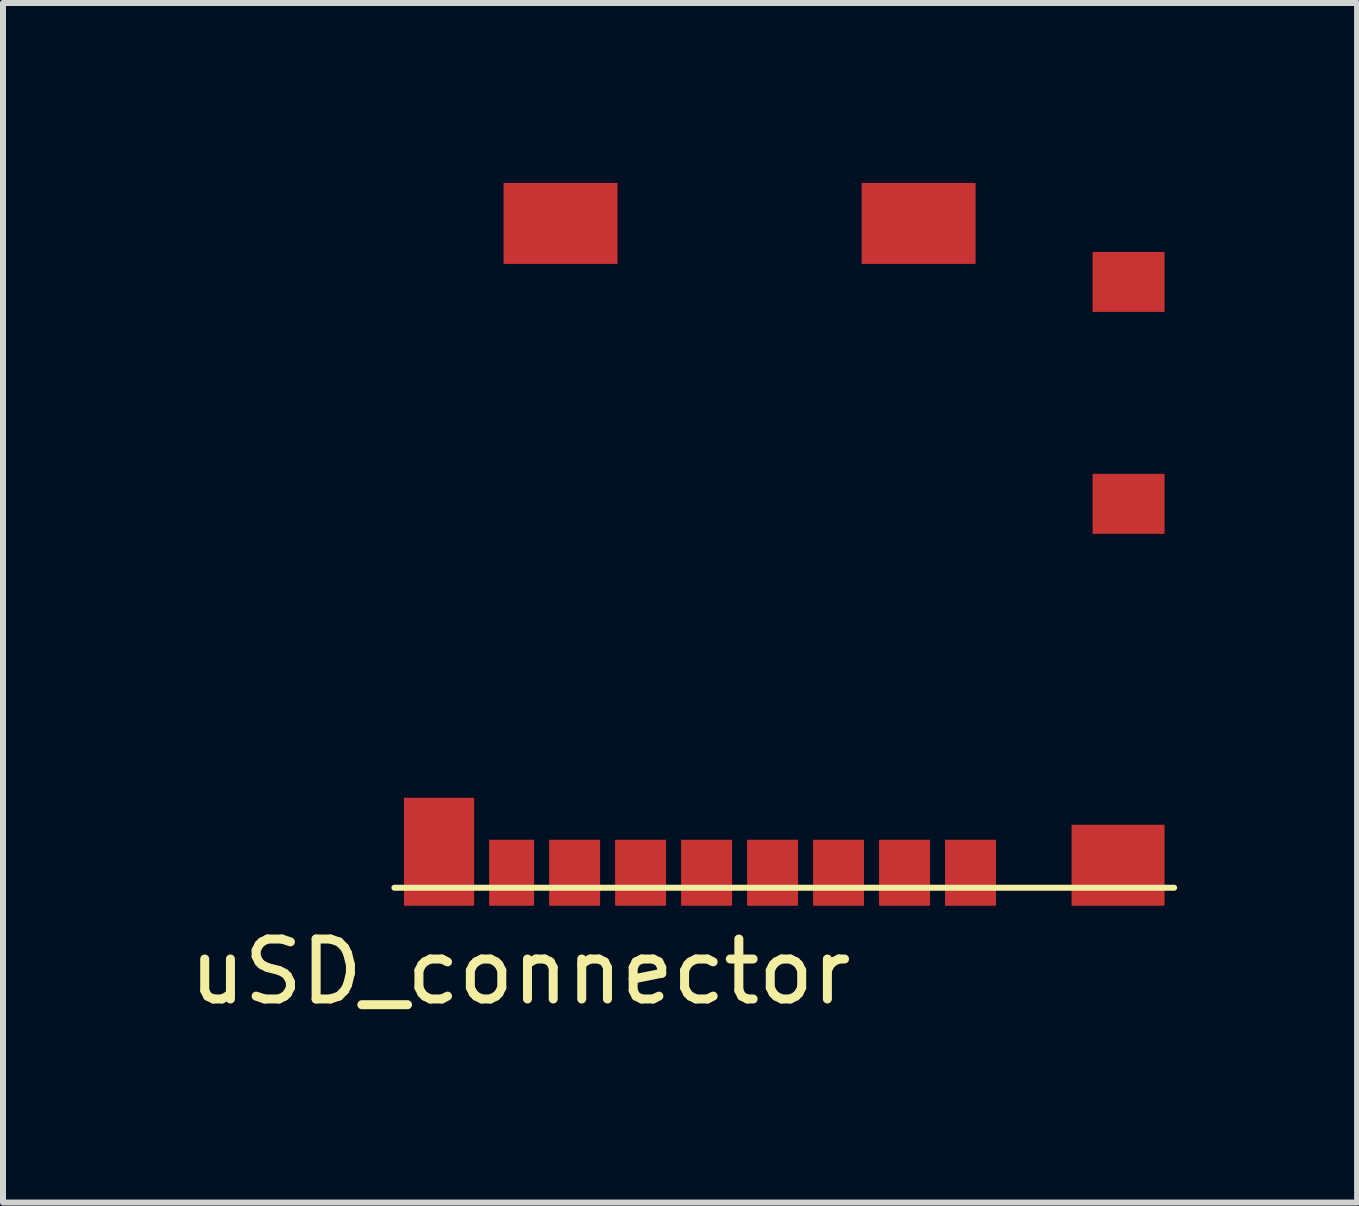
<source format=kicad_pcb>
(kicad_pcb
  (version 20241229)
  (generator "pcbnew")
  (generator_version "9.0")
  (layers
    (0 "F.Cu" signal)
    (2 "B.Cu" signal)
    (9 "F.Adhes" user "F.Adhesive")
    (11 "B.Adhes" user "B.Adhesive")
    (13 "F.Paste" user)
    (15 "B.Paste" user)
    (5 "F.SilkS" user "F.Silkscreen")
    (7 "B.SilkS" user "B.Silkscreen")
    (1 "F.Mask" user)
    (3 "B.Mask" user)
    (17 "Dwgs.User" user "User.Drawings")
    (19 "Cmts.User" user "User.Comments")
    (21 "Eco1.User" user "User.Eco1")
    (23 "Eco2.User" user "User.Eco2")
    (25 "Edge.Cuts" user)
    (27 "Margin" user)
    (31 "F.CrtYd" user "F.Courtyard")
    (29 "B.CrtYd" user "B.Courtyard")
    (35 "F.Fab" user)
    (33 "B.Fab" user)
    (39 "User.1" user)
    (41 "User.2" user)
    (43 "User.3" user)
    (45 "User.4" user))
  (footprint "uSD_connector"
    (layer "F.Cu")
    (at 10.025 11.75)
    (property "Reference" "uSD_connector" (at -4.4 1.4 0) (layer "F.SilkS") (effects (font (size 1 1) (thickness 0.15))))
    (attr through_hole)
    (fp_line (start -6.5 0) (end 6.5 0) (stroke (width 0.1) (type solid)) (layer "F.SilkS"))
    (pad "1" smd rect (at 3.105 -0.25) (size 0.85 1.1) (layers "F.Cu" "F.Mask" "F.Paste"))
    (pad "2" smd rect (at 2.005 -0.25) (size 0.85 1.1) (layers "F.Cu" "F.Mask" "F.Paste"))
    (pad "3" smd rect (at 0.905 -0.25) (size 0.85 1.1) (layers "F.Cu" "F.Mask" "F.Paste"))
    (pad "4" smd rect (at -0.195 -0.25) (size 0.85 1.1) (layers "F.Cu" "F.Mask" "F.Paste"))
    (pad "5" smd rect (at -1.295 -0.25) (size 0.85 1.1) (layers "F.Cu" "F.Mask" "F.Paste"))
    (pad "6" smd rect (at -2.395 -0.25) (size 0.85 1.1) (layers "F.Cu" "F.Mask" "F.Paste"))
    (pad "7" smd rect (at -3.495 -0.25) (size 0.85 1.1) (layers "F.Cu" "F.Mask" "F.Paste"))
    (pad "8" smd rect (at -4.545 -0.25) (size 0.75 1.1) (layers "F.Cu" "F.Mask" "F.Paste"))
    (pad "G1" smd rect (at 5.565 -0.375) (size 1.55 1.35) (layers "F.Cu" "F.Mask" "F.Paste"))
    (pad "G2" smd rect (at -5.755 -0.6) (size 1.17 1.8) (layers "F.Cu" "F.Mask" "F.Paste"))
    (pad "G3" smd rect (at -3.73 -11.075) (size 1.9 1.35) (layers "F.Cu" "F.Mask" "F.Paste"))
    (pad "G4" smd rect (at 2.24 -11.075) (size 1.9 1.35) (layers "F.Cu" "F.Mask" "F.Paste"))
    (pad "SW1" smd rect (at 5.74 -6.4) (size 1.2 1) (layers "F.Cu" "F.Mask" "F.Paste"))
    (pad "SW2" smd rect (at 5.74 -10.1) (size 1.2 1) (layers "F.Cu" "F.Mask" "F.Paste")))
  (gr_rect
    (start -3 -3)
    (end 19.575 16.998)
    (stroke (width 0.1) (type default))
    (fill no)
    (layer "Edge.Cuts")))
</source>
